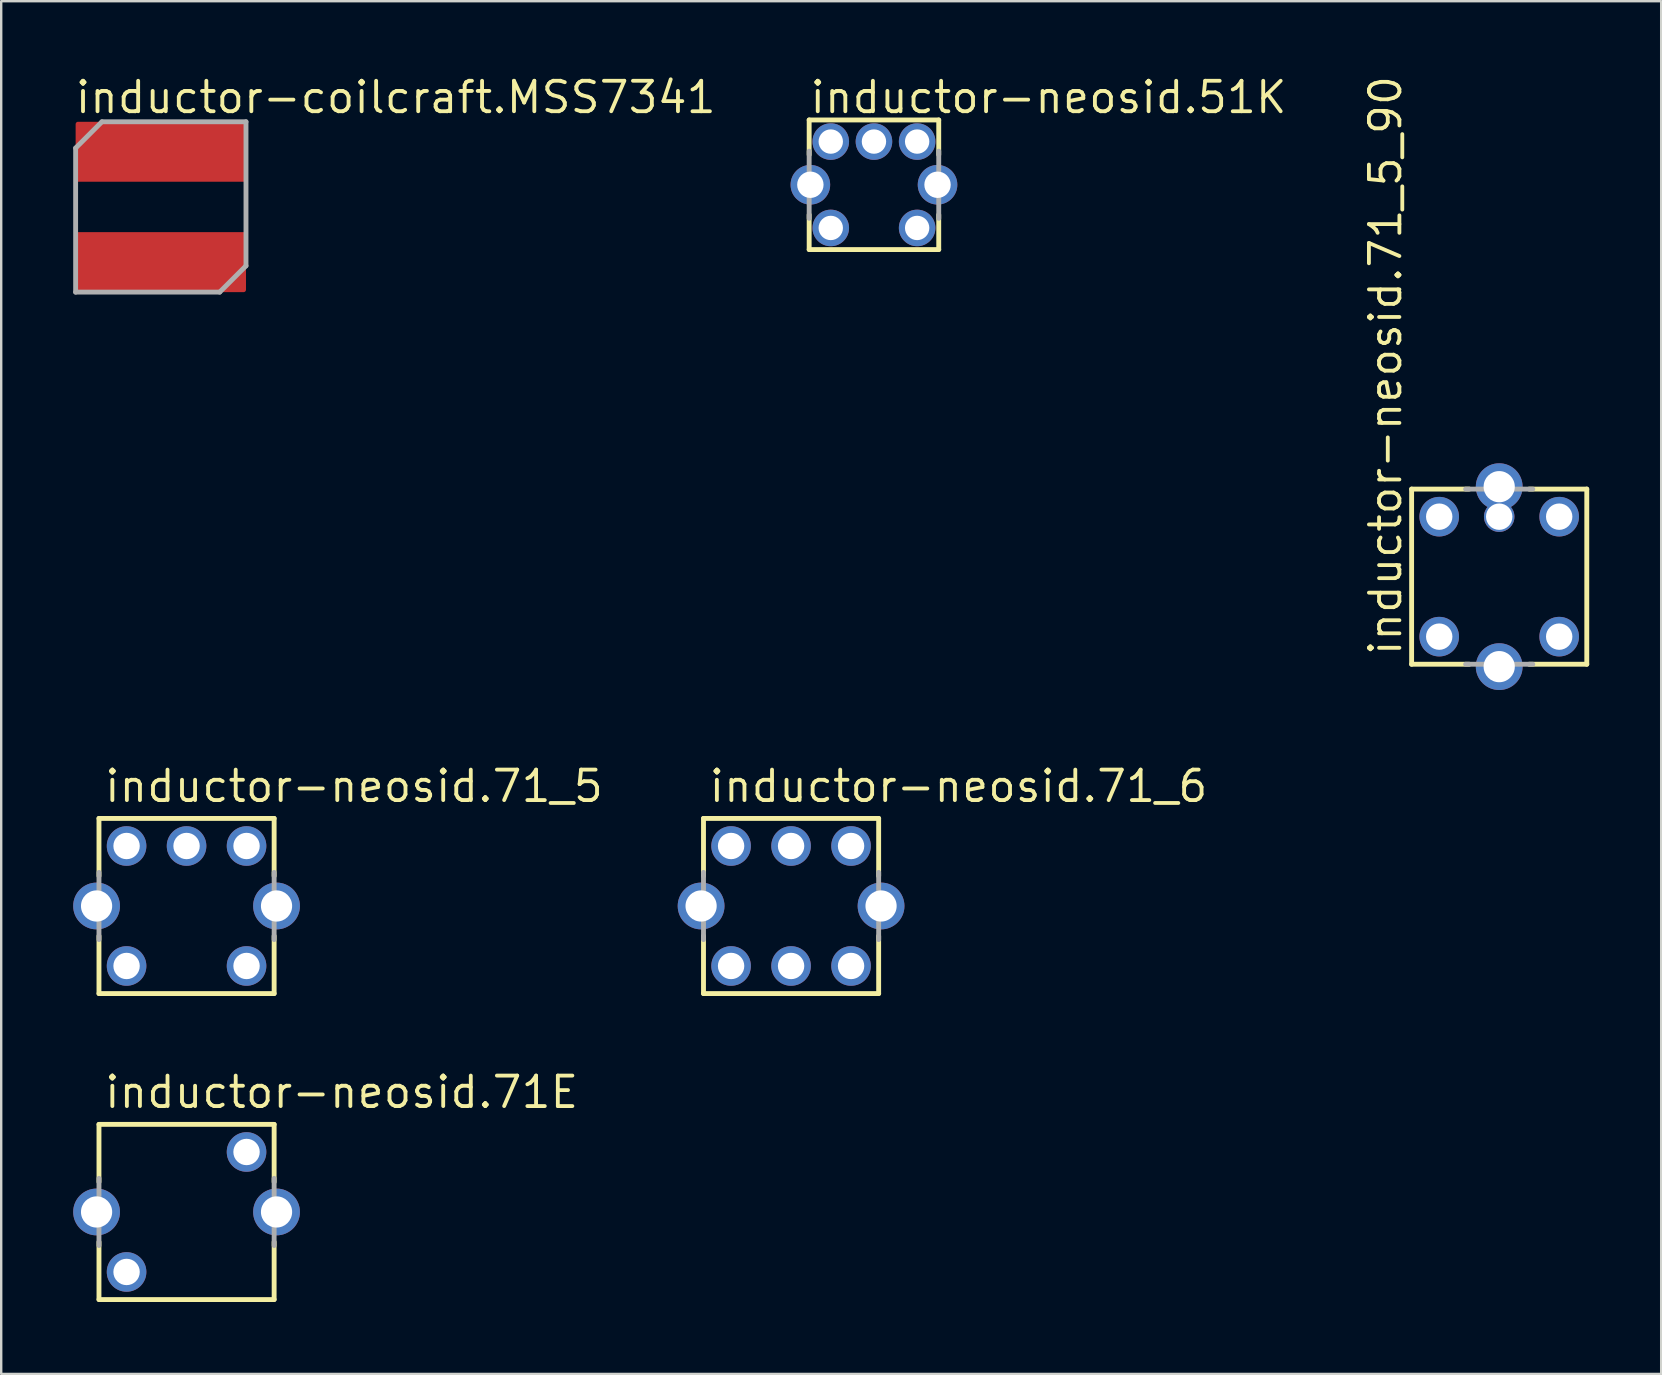
<source format=kicad_pcb>
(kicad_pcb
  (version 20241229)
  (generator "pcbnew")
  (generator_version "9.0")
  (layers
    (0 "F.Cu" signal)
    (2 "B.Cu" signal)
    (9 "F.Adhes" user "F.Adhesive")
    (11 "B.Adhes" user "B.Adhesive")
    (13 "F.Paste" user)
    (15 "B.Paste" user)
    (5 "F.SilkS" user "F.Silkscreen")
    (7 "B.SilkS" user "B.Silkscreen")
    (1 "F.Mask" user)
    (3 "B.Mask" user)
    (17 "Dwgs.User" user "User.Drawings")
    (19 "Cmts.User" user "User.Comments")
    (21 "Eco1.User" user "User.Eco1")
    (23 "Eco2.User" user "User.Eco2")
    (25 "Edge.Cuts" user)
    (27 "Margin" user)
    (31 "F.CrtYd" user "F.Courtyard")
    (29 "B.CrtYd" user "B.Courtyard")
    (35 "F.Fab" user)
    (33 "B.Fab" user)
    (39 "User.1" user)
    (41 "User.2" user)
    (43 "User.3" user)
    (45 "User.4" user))
  (footprint "inductor-coilcraft.MSS7341"
    (layer "F.Cu")
    (at 3.652 5.575)
    (property "Reference" "inductor-coilcraft.MSS7341" (at -3.65 -3.825 0) (layer "F.SilkS") (effects (font (size 1.27 1.27) (thickness 0.16)) (justify left bottom)))
    (attr smd)
    (fp_poly (pts (xy -3.45 -1.15) (xy -3.45 -3.45) (xy 3.45 -3.45) (xy 3.45 -1.15) (xy 2.688 -1.15) (xy -2.688 -1.15)) (stroke (width 0.2) (type default)) (fill yes) (layer "F.Cu"))
    (fp_poly (pts (xy 3.45 1.15) (xy 3.45 3.45) (xy -3.45 3.45) (xy -3.45 1.15) (xy -2.688 1.15) (xy 2.688 1.15)) (stroke (width 0.2) (type default)) (fill yes) (layer "F.Cu"))
    (fp_poly (pts (xy -3.45 -1.15) (xy -3.45 -3.45) (xy 3.45 -3.45) (xy 3.45 -1.15) (xy 2.688 -1.15) (xy -2.688 -1.15)) (stroke (width 0.3) (type default)) (fill yes) (layer "F.Mask"))
    (fp_poly (pts (xy 3.45 1.15) (xy 3.45 3.45) (xy -3.45 3.45) (xy -3.45 1.15) (xy -2.688 1.15) (xy 2.688 1.15)) (stroke (width 0.3) (type default)) (fill yes) (layer "F.Mask"))
    (fp_poly (pts (xy -3.45 -1.15) (xy -3.45 -3.45) (xy 3.45 -3.45) (xy 3.45 -1.15) (xy 2.688 -1.15) (xy -2.688 -1.15)) (stroke (width 0.1) (type default)) (fill yes) (layer "F.Paste"))
    (fp_poly (pts (xy 3.45 1.15) (xy 3.45 3.45) (xy -3.45 3.45) (xy -3.45 1.15) (xy -2.688 1.15) (xy 2.688 1.15)) (stroke (width 0.1) (type default)) (fill yes) (layer "F.Paste"))
    (fp_line (start -3.55 -2.454) (end -2.454 -3.55) (stroke (width 0.203) (type default)) (layer "F.Fab"))
    (fp_line (start -3.55 3.55) (end -3.55 -2.454) (stroke (width 0.203) (type default)) (layer "F.Fab"))
    (fp_line (start -2.454 -3.55) (end 3.55 -3.55) (stroke (width 0.203) (type default)) (layer "F.Fab"))
    (fp_line (start 2.454 3.55) (end -3.55 3.55) (stroke (width 0.203) (type default)) (layer "F.Fab"))
    (fp_line (start 3.55 -3.55) (end 3.55 2.454) (stroke (width 0.203) (type default)) (layer "F.Fab"))
    (fp_line (start 3.55 2.454) (end 2.454 3.55) (stroke (width 0.203) (type default)) (layer "F.Fab"))
    (pad "1" smd roundrect (at 0 -3.225) (size 0.5 0.5) (layers "F.Cu" "F.Mask" "F.Paste") (roundrect_rratio 0.01))
    (pad "2" smd roundrect (at 0 3.225 180) (size 0.5 0.5) (layers "F.Cu" "F.Mask" "F.Paste") (roundrect_rratio 0.01)))
  (footprint "inductor-neosid.71_6"
    (layer "F.Cu")
    (at 29.919 34.708)
    (property "Reference" "inductor-neosid.71_6" (at -3.5 -4.25 0) (layer "F.SilkS") (effects (font (size 1.27 1.27) (thickness 0.16)) (justify left bottom)))
    (attr through_hole)
    (fp_line (start -3.65 -3.65) (end 3.65 -3.65) (stroke (width 0.203) (type default)) (layer "F.SilkS"))
    (fp_line (start -3.65 -1.25) (end -3.65 -3.65) (stroke (width 0.203) (type default)) (layer "F.SilkS"))
    (fp_line (start -3.65 3.65) (end -3.65 1.25) (stroke (width 0.203) (type default)) (layer "F.SilkS"))
    (fp_line (start 3.65 -3.65) (end 3.65 -1.25) (stroke (width 0.203) (type default)) (layer "F.SilkS"))
    (fp_line (start 3.65 1.25) (end 3.65 3.65) (stroke (width 0.203) (type default)) (layer "F.SilkS"))
    (fp_line (start 3.65 3.65) (end -3.65 3.65) (stroke (width 0.203) (type default)) (layer "F.SilkS"))
    (fp_line (start -3.65 1.4) (end -3.65 -1.4) (stroke (width 0.203) (type default)) (layer "F.Fab"))
    (fp_line (start 3.65 -1.4) (end 3.65 1.4) (stroke (width 0.203) (type default)) (layer "F.Fab"))
    (pad "1" thru_hole circle (at 2.5 2.5) (size 1.65 1.65) (drill 1.1) (layers "*.Cu" "*.Mask"))
    (pad "2" thru_hole circle (at 2.5 -2.5) (size 1.65 1.65) (drill 1.1) (layers "*.Cu" "*.Mask"))
    (pad "3" thru_hole circle (at 0 -2.5) (size 1.65 1.65) (drill 1.1) (layers "*.Cu" "*.Mask"))
    (pad "4" thru_hole circle (at -2.5 -2.5) (size 1.65 1.65) (drill 1.1) (layers "*.Cu" "*.Mask"))
    (pad "5" thru_hole circle (at -2.5 2.5) (size 1.65 1.65) (drill 1.1) (layers "*.Cu" "*.Mask"))
    (pad "6" thru_hole circle (at 0 2.5) (size 1.65 1.65) (drill 1.1) (layers "*.Cu" "*.Mask"))
    (pad "S1" thru_hole circle (at -3.75 0) (size 1.95 1.95) (drill 1.3) (layers "*.Cu" "*.Mask"))
    (pad "S2" thru_hole circle (at 3.75 0) (size 1.95 1.95) (drill 1.3) (layers "*.Cu" "*.Mask")))
  (footprint "inductor-neosid.51K"
    (layer "F.Cu")
    (at 33.373 4.65)
    (property "Reference" "inductor-neosid.51K" (at -2.75 -2.9 0) (layer "F.SilkS") (effects (font (size 1.27 1.27) (thickness 0.16)) (justify left bottom)))
    (attr through_hole)
    (fp_line (start -2.7 -2.7) (end 2.7 -2.7) (stroke (width 0.203) (type default)) (layer "F.SilkS"))
    (fp_line (start -2.7 -1.25) (end -2.7 -2.7) (stroke (width 0.203) (type default)) (layer "F.SilkS"))
    (fp_line (start -2.7 2.7) (end -2.7 1.25) (stroke (width 0.203) (type default)) (layer "F.SilkS"))
    (fp_line (start 2.7 -2.7) (end 2.7 -1.25) (stroke (width 0.203) (type default)) (layer "F.SilkS"))
    (fp_line (start 2.7 1.25) (end 2.7 2.7) (stroke (width 0.203) (type default)) (layer "F.SilkS"))
    (fp_line (start 2.7 2.7) (end -2.7 2.7) (stroke (width 0.203) (type default)) (layer "F.SilkS"))
    (fp_line (start -2.7 1.4) (end -2.7 -1.4) (stroke (width 0.203) (type default)) (layer "F.Fab"))
    (fp_line (start 2.7 -1.4) (end 2.7 1.4) (stroke (width 0.203) (type default)) (layer "F.Fab"))
    (pad "1" thru_hole circle (at -1.8 1.8) (size 1.524 1.524) (drill 1.016) (layers "*.Cu" "*.Mask"))
    (pad "2" thru_hole circle (at -1.8 -1.8) (size 1.524 1.524) (drill 1.016) (layers "*.Cu" "*.Mask"))
    (pad "3" thru_hole circle (at 0 -1.8) (size 1.524 1.524) (drill 1.016) (layers "*.Cu" "*.Mask"))
    (pad "4" thru_hole circle (at 1.8 -1.8) (size 1.524 1.524) (drill 1.016) (layers "*.Cu" "*.Mask"))
    (pad "5" thru_hole circle (at 1.8 1.8) (size 1.524 1.524) (drill 1.016) (layers "*.Cu" "*.Mask"))
    (pad "S1" thru_hole circle (at -2.65 0) (size 1.65 1.65) (drill 1.1) (layers "*.Cu" "*.Mask"))
    (pad "S2" thru_hole circle (at 2.65 0) (size 1.65 1.65) (drill 1.1) (layers "*.Cu" "*.Mask")))
  (footprint "inductor-neosid.71_5"
    (layer "F.Cu")
    (at 4.725 34.708)
    (property "Reference" "inductor-neosid.71_5" (at -3.5 -4.25 0) (layer "F.SilkS") (effects (font (size 1.27 1.27) (thickness 0.16)) (justify left bottom)))
    (attr through_hole)
    (fp_line (start -3.65 -3.65) (end 3.65 -3.65) (stroke (width 0.203) (type default)) (layer "F.SilkS"))
    (fp_line (start -3.65 -1.25) (end -3.65 -3.65) (stroke (width 0.203) (type default)) (layer "F.SilkS"))
    (fp_line (start -3.65 3.65) (end -3.65 1.25) (stroke (width 0.203) (type default)) (layer "F.SilkS"))
    (fp_line (start 3.65 -3.65) (end 3.65 -1.25) (stroke (width 0.203) (type default)) (layer "F.SilkS"))
    (fp_line (start 3.65 1.25) (end 3.65 3.65) (stroke (width 0.203) (type default)) (layer "F.SilkS"))
    (fp_line (start 3.65 3.65) (end -3.65 3.65) (stroke (width 0.203) (type default)) (layer "F.SilkS"))
    (fp_line (start -3.65 1.4) (end -3.65 -1.4) (stroke (width 0.203) (type default)) (layer "F.Fab"))
    (fp_line (start 3.65 -1.4) (end 3.65 1.4) (stroke (width 0.203) (type default)) (layer "F.Fab"))
    (pad "1" thru_hole circle (at 2.5 2.5) (size 1.65 1.65) (drill 1.1) (layers "*.Cu" "*.Mask"))
    (pad "2" thru_hole circle (at 2.5 -2.5) (size 1.65 1.65) (drill 1.1) (layers "*.Cu" "*.Mask"))
    (pad "3" thru_hole circle (at 0 -2.5) (size 1.65 1.65) (drill 1.1) (layers "*.Cu" "*.Mask"))
    (pad "4" thru_hole circle (at -2.5 -2.5) (size 1.65 1.65) (drill 1.1) (layers "*.Cu" "*.Mask"))
    (pad "5" thru_hole circle (at -2.5 2.5) (size 1.65 1.65) (drill 1.1) (layers "*.Cu" "*.Mask"))
    (pad "S1" thru_hole circle (at -3.75 0) (size 1.95 1.95) (drill 1.3) (layers "*.Cu" "*.Mask"))
    (pad "S2" thru_hole circle (at 3.75 0) (size 1.95 1.95) (drill 1.3) (layers "*.Cu" "*.Mask")))
  (footprint "inductor-neosid.71E"
    (layer "F.Cu")
    (at 4.725 47.46)
    (property "Reference" "inductor-neosid.71E" (at -3.5 -4.25 0) (layer "F.SilkS") (effects (font (size 1.27 1.27) (thickness 0.16)) (justify left bottom)))
    (attr through_hole)
    (fp_line (start -3.65 -3.65) (end 3.65 -3.65) (stroke (width 0.203) (type default)) (layer "F.SilkS"))
    (fp_line (start -3.65 -1.25) (end -3.65 -3.65) (stroke (width 0.203) (type default)) (layer "F.SilkS"))
    (fp_line (start -3.65 3.65) (end -3.65 1.25) (stroke (width 0.203) (type default)) (layer "F.SilkS"))
    (fp_line (start 3.65 -3.65) (end 3.65 -1.25) (stroke (width 0.203) (type default)) (layer "F.SilkS"))
    (fp_line (start 3.65 1.25) (end 3.65 3.65) (stroke (width 0.203) (type default)) (layer "F.SilkS"))
    (fp_line (start 3.65 3.65) (end -3.65 3.65) (stroke (width 0.203) (type default)) (layer "F.SilkS"))
    (fp_line (start -3.65 1.4) (end -3.65 -1.4) (stroke (width 0.203) (type default)) (layer "F.Fab"))
    (fp_line (start 3.65 -1.4) (end 3.65 1.4) (stroke (width 0.203) (type default)) (layer "F.Fab"))
    (pad "A" thru_hole circle (at 2.5 -2.5) (size 1.65 1.65) (drill 1.1) (layers "*.Cu" "*.Mask"))
    (pad "E" thru_hole circle (at -2.5 2.5) (size 1.65 1.65) (drill 1.1) (layers "*.Cu" "*.Mask"))
    (pad "S1" thru_hole circle (at -3.75 0) (size 1.95 1.95) (drill 1.3) (layers "*.Cu" "*.Mask"))
    (pad "S2" thru_hole circle (at 3.75 0) (size 1.95 1.95) (drill 1.3) (layers "*.Cu" "*.Mask")))
  (footprint "inductor-neosid.71_5_90"
    (layer "F.Cu")
    (at 59.431 20.983)
    (property "Reference" "inductor-neosid.71_5_90" (at -3.996 3.373 90) (layer "F.SilkS") (effects (font (size 1.27 1.27) (thickness 0.16)) (justify left bottom)))
    (attr through_hole)
    (fp_line (start -3.65 -3.65) (end -1.25 -3.65) (stroke (width 0.203) (type default)) (layer "F.SilkS"))
    (fp_line (start -3.65 3.65) (end -3.65 -3.65) (stroke (width 0.203) (type default)) (layer "F.SilkS"))
    (fp_line (start -1.25 3.65) (end -3.65 3.65) (stroke (width 0.203) (type default)) (layer "F.SilkS"))
    (fp_line (start 1.25 -3.65) (end 3.65 -3.65) (stroke (width 0.203) (type default)) (layer "F.SilkS"))
    (fp_line (start 3.65 -3.65) (end 3.65 3.65) (stroke (width 0.203) (type default)) (layer "F.SilkS"))
    (fp_line (start 3.65 3.65) (end 1.25 3.65) (stroke (width 0.203) (type default)) (layer "F.SilkS"))
    (fp_line (start -1.4 -3.65) (end 1.4 -3.65) (stroke (width 0.203) (type default)) (layer "F.Fab"))
    (fp_line (start 1.4 3.65) (end -1.4 3.65) (stroke (width 0.203) (type default)) (layer "F.Fab"))
    (pad "1" thru_hole circle (at 2.5 2.5) (size 1.65 1.65) (drill 1.1) (layers "*.Cu" "*.Mask"))
    (pad "2" thru_hole circle (at 2.5 -2.5) (size 1.65 1.65) (drill 1.1) (layers "*.Cu" "*.Mask"))
    (pad "3" thru_hole circle (at 0 -2.5) (size 1.27 1.27) (drill 1.1) (layers "*.Cu" "*.Mask"))
    (pad "4" thru_hole circle (at -2.5 -2.5) (size 1.65 1.65) (drill 1.1) (layers "*.Cu" "*.Mask"))
    (pad "5" thru_hole circle (at -2.5 2.5) (size 1.65 1.65) (drill 1.1) (layers "*.Cu" "*.Mask"))
    (pad "S1" thru_hole circle (at 0 3.75) (size 1.95 1.95) (drill 1.3) (layers "*.Cu" "*.Mask"))
    (pad "S2" thru_hole circle (at 0 -3.75) (size 1.95 1.95) (drill 1.3) (layers "*.Cu" "*.Mask")))
  (gr_rect
    (start -3 -3)
    (end 66.182 54.211)
    (stroke (width 0.1) (type default))
    (fill no)
    (layer "Edge.Cuts")))
</source>
